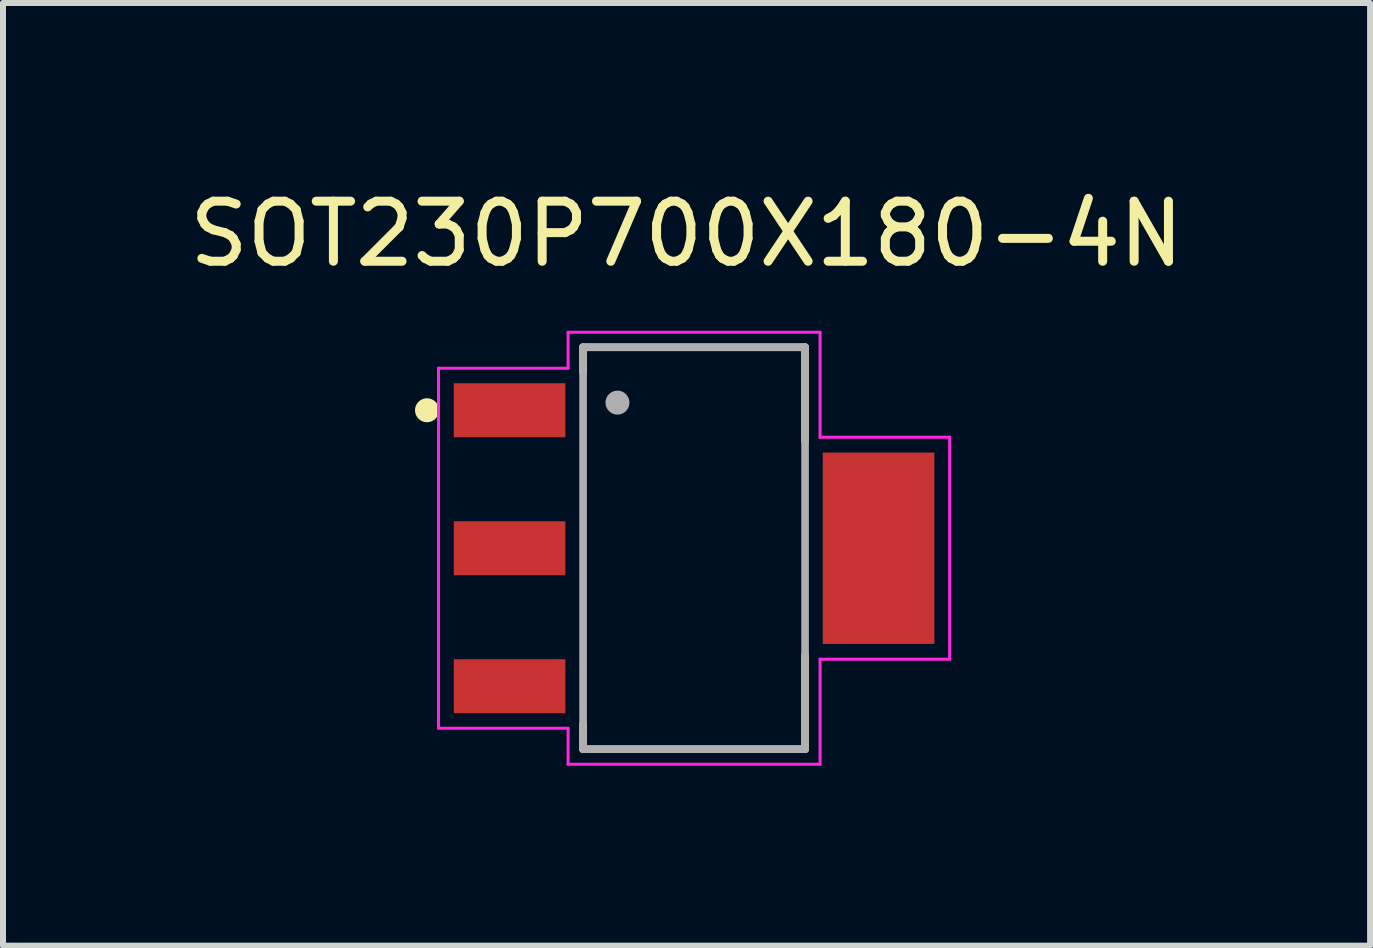
<source format=kicad_pcb>
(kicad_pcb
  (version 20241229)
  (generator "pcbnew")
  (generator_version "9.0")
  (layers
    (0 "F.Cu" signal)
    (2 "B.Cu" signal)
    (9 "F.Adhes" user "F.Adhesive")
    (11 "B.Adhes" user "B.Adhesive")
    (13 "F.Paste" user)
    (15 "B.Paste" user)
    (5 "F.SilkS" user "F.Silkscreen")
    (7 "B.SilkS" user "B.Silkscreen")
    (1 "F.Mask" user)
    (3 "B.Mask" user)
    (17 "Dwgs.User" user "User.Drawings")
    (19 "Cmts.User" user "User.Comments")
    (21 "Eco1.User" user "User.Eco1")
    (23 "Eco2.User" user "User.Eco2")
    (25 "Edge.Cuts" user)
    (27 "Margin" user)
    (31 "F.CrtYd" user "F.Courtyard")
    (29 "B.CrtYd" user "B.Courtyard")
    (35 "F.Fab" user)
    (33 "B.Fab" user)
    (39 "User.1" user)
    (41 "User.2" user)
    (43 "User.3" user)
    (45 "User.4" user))
  (footprint "SOT230P700X180-4N"
    (layer "F.Cu")
    (at 8.519 6.088)
    (property "Reference" "SOT230P700X180-4N" (at -0.125 -5.239 0) (layer "F.SilkS") (effects (font (size 1.001 1.001) (thickness 0.15))))
    (attr through_hole)
    (fp_line (start -1.85 -3.35) (end 1.85 -3.35) (stroke (width 0.127) (type solid)) (layer "F.SilkS"))
    (fp_line (start -1.85 -2.933) (end -1.85 -3.35) (stroke (width 0.127) (type solid)) (layer "F.SilkS"))
    (fp_line (start -1.85 2.933) (end -1.85 3.35) (stroke (width 0.127) (type solid)) (layer "F.SilkS"))
    (fp_line (start -1.85 3.35) (end 1.85 3.35) (stroke (width 0.127) (type solid)) (layer "F.SilkS"))
    (fp_line (start 1.85 -3.35) (end 1.85 -1.778) (stroke (width 0.127) (type solid)) (layer "F.SilkS"))
    (fp_line (start 1.85 3.35) (end 1.85 1.778) (stroke (width 0.127) (type solid)) (layer "F.SilkS"))
    (fp_circle (center -4.452 -2.3) (end -4.352 -2.3) (stroke (width 0.2) (type solid)) (fill no) (layer "F.SilkS"))
    (fp_line (start -4.26 -3) (end -4.26 3) (stroke (width 0.05) (type solid)) (layer "F.CrtYd"))
    (fp_line (start -4.26 3) (end -2.1 3) (stroke (width 0.05) (type solid)) (layer "F.CrtYd"))
    (fp_line (start -2.1 -3.6) (end -2.1 -3) (stroke (width 0.05) (type solid)) (layer "F.CrtYd"))
    (fp_line (start -2.1 -3) (end -4.26 -3) (stroke (width 0.05) (type solid)) (layer "F.CrtYd"))
    (fp_line (start -2.1 3) (end -2.1 3.6) (stroke (width 0.05) (type solid)) (layer "F.CrtYd"))
    (fp_line (start -2.1 3.6) (end 2.1 3.6) (stroke (width 0.05) (type solid)) (layer "F.CrtYd"))
    (fp_line (start 2.1 -3.6) (end -2.1 -3.6) (stroke (width 0.05) (type solid)) (layer "F.CrtYd"))
    (fp_line (start 2.1 -1.85) (end 2.1 -3.6) (stroke (width 0.05) (type solid)) (layer "F.CrtYd"))
    (fp_line (start 2.1 1.85) (end 4.26 1.85) (stroke (width 0.05) (type solid)) (layer "F.CrtYd"))
    (fp_line (start 2.1 3.6) (end 2.1 1.85) (stroke (width 0.05) (type solid)) (layer "F.CrtYd"))
    (fp_line (start 4.26 -1.85) (end 2.1 -1.85) (stroke (width 0.05) (type solid)) (layer "F.CrtYd"))
    (fp_line (start 4.26 1.85) (end 4.26 -1.85) (stroke (width 0.05) (type solid)) (layer "F.CrtYd"))
    (fp_line (start -1.85 -3.35) (end 1.85 -3.35) (stroke (width 0.127) (type solid)) (layer "F.Fab"))
    (fp_line (start -1.85 3.35) (end -1.85 -3.35) (stroke (width 0.127) (type solid)) (layer "F.Fab"))
    (fp_line (start -1.85 3.35) (end 1.85 3.35) (stroke (width 0.127) (type solid)) (layer "F.Fab"))
    (fp_line (start 1.85 -3.35) (end 1.85 3.35) (stroke (width 0.127) (type solid)) (layer "F.Fab"))
    (fp_circle (center -1.277 -2.427) (end -1.177 -2.427) (stroke (width 0.2) (type solid)) (fill no) (layer "F.Fab"))
    (pad "1" smd rect (at -3.075 -2.3 180) (size 1.86 0.9) (layers "F.Cu" "F.Mask" "F.Paste"))
    (pad "2" smd rect (at -3.075 0 180) (size 1.86 0.9) (layers "F.Cu" "F.Mask" "F.Paste"))
    (pad "3" smd rect (at -3.075 2.3 180) (size 1.86 0.9) (layers "F.Cu" "F.Mask" "F.Paste"))
    (pad "4" smd rect (at 3.075 0) (size 1.86 3.19) (layers "F.Cu" "F.Mask" "F.Paste")))
  (gr_rect
    (start -3 -3)
    (end 19.787 12.713)
    (stroke (width 0.1) (type default))
    (fill no)
    (layer "Edge.Cuts")))
</source>
